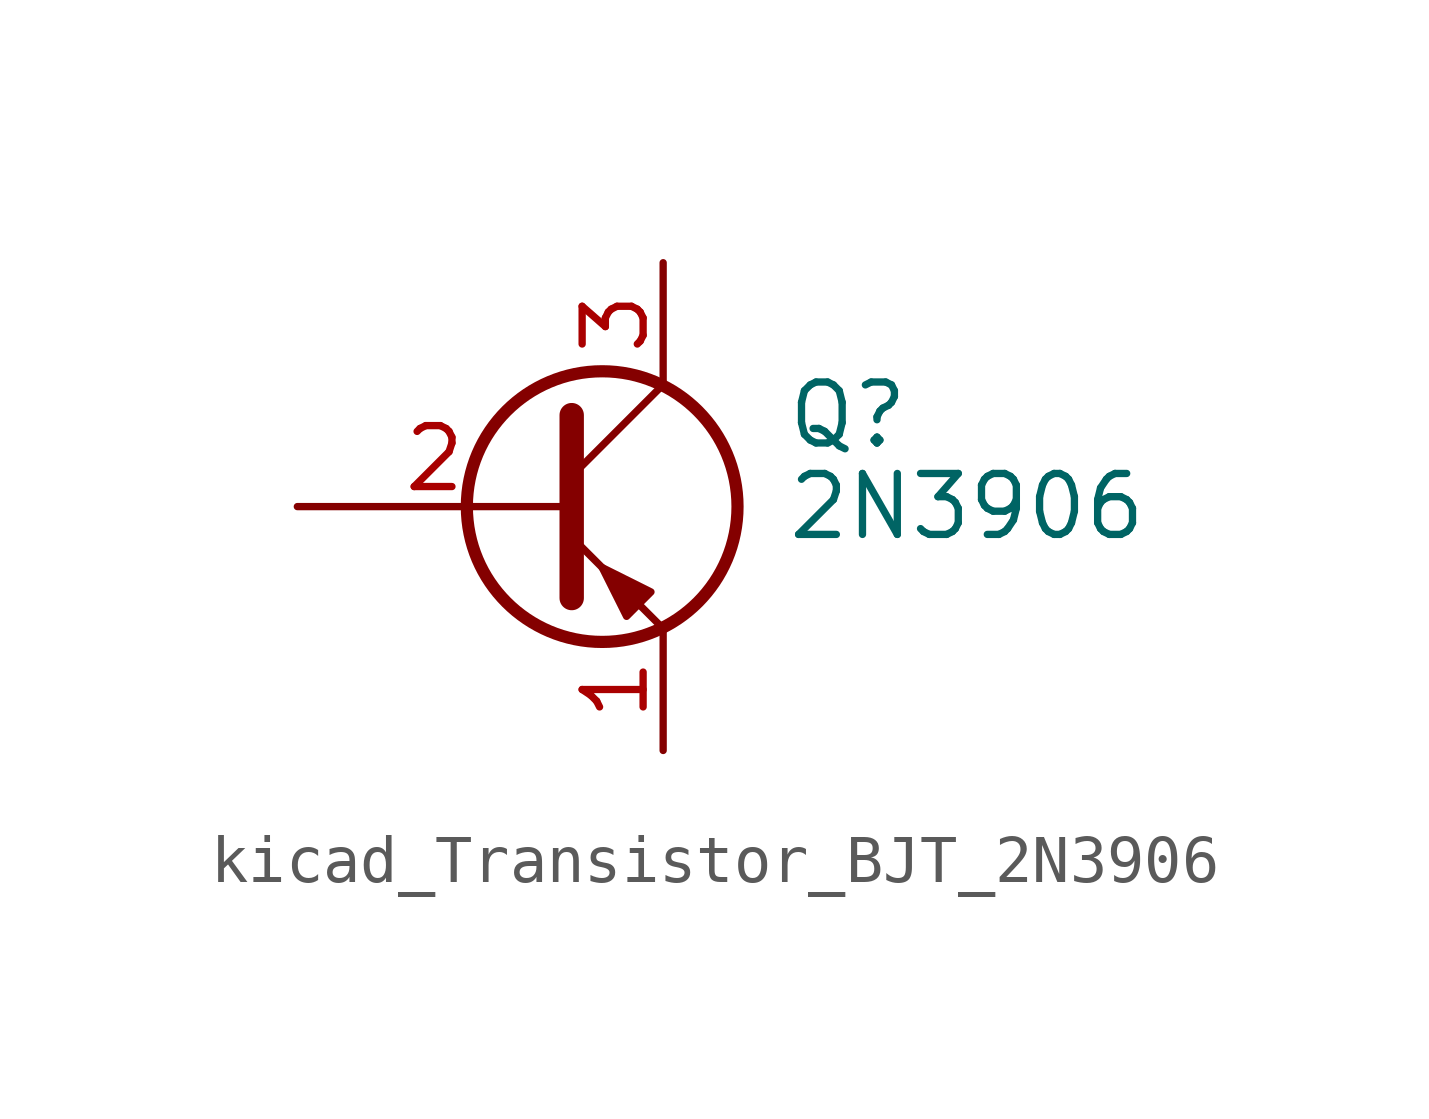
<source format=kicad_sym>
(kicad_symbol_lib
  (version 20220914)
  (generator kicad_symbol_editor)
  (symbol "kicad_Transistor_BJT_2N3906"
    (pin_names
      (offset 0) hide)
    (property "Reference" "Q"
      (at 5.08 1.905 0)
      (effects (font (size 1.27 1.27)) (justify left)))
    (property "Value" "2N3906"
      (at 5.08 0 0)
      (effects (font (size 1.27 1.27)) (justify left)))
    (symbol "kicad_Transistor_BJT_2N3906_0_1"
      (polyline (pts (xy 0.635 0.635) (xy 2.54 2.54)) (stroke (width 0) (type default)) (fill (type none)))
      (polyline (pts (xy 0.635 -0.635) (xy 2.54 -2.54) (xy 2.54 -2.54)) (stroke (width 0) (type default)) (fill (type none)))
      (polyline (pts (xy 0.635 1.905) (xy 0.635 -1.905) (xy 0.635 -1.905)) (stroke (width 0.508) (type default)) (fill (type none)))
      (polyline (pts (xy 2.286 -1.778) (xy 1.778 -2.286) (xy 1.27 -1.27) (xy 2.286 -1.778) (xy 2.286 -1.778)) (stroke (width 0) (type default)) (fill (type outline)))
      (circle (center 1.27 0) (radius 2.819) (stroke (width 0.254) (type default)) (fill (type none))))
    (symbol "kicad_Transistor_BJT_2N3906_1_1"
      (pin passive line (at 2.54 -5.08 90) (length 2.54) (name "E" (effects (font (size 1.27 1.27)))) (number "1" (effects (font (size 1.27 1.27)))))
      (pin input line (at -5.08 0 0) (length 5.715) (name "B" (effects (font (size 1.27 1.27)))) (number "2" (effects (font (size 1.27 1.27)))))
      (pin passive line (at 2.54 5.08 270) (length 2.54) (name "C" (effects (font (size 1.27 1.27)))) (number "3" (effects (font (size 1.27 1.27))))))))
</source>
